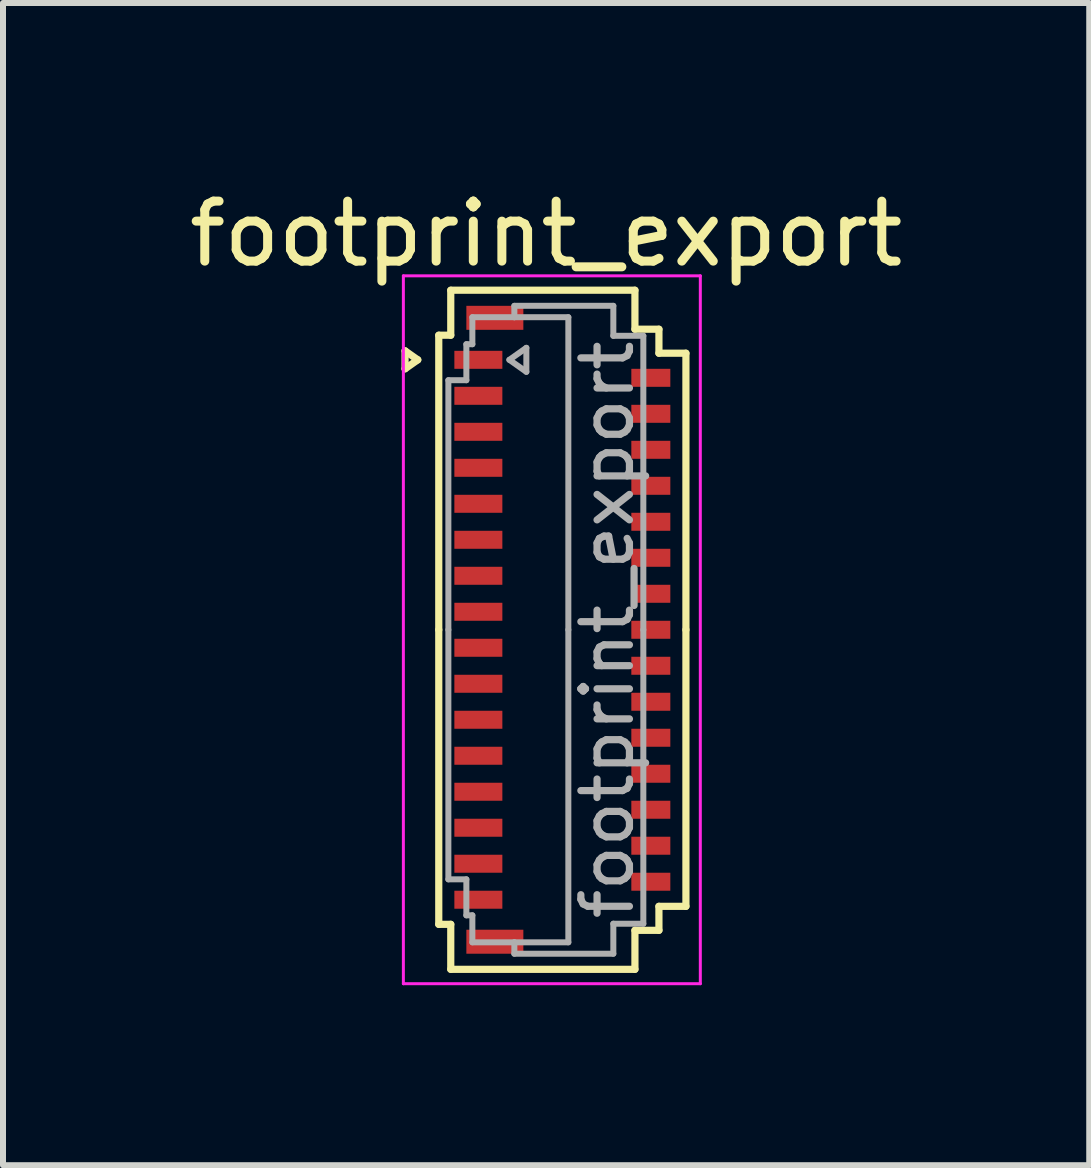
<source format=kicad_pcb>
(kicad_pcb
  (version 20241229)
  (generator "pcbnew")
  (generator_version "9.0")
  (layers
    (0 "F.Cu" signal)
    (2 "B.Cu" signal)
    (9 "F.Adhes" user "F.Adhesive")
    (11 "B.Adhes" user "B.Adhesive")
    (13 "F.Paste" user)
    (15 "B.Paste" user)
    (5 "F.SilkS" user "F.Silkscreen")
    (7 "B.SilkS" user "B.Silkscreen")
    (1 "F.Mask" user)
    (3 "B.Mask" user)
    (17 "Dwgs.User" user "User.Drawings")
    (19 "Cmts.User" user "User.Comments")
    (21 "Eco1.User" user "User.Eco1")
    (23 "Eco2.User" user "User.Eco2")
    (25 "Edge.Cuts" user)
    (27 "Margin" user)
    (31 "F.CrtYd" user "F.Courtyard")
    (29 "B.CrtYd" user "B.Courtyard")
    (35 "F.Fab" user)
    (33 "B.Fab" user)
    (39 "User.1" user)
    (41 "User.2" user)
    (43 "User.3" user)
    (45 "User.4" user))
  (footprint "footprint_export"
    (layer "F.Cu")
    (at 6.324 7.448)
    (property "Reference" "footprint_export" (at -0.27 -6.6 0) (layer "F.SilkS") (effects (font (size 1 1) (thickness 0.15))))
    (attr smd)
    (fp_line (start -2.622 -4.65) (end -2.41 -4.5) (stroke (width 0.12) (type solid)) (layer "F.SilkS"))
    (fp_line (start -2.622 -4.35) (end -2.622 -4.65) (stroke (width 0.12) (type solid)) (layer "F.SilkS"))
    (fp_line (start -2.41 -4.5) (end -2.622 -4.35) (stroke (width 0.12) (type solid)) (layer "F.SilkS"))
    (fp_line (start -2.06 -4.91) (end -2.06 0) (stroke (width 0.12) (type solid)) (layer "F.SilkS"))
    (fp_line (start -2.06 4.91) (end -2.06 0) (stroke (width 0.12) (type solid)) (layer "F.SilkS"))
    (fp_line (start -1.86 -5.66) (end -1.86 -4.91) (stroke (width 0.12) (type solid)) (layer "F.SilkS"))
    (fp_line (start -1.86 -4.91) (end -2.06 -4.91) (stroke (width 0.12) (type solid)) (layer "F.SilkS"))
    (fp_line (start -1.86 4.91) (end -2.06 4.91) (stroke (width 0.12) (type solid)) (layer "F.SilkS"))
    (fp_line (start -1.86 5.66) (end -1.86 4.91) (stroke (width 0.12) (type solid)) (layer "F.SilkS"))
    (fp_line (start 1.21 -5.66) (end -1.86 -5.66) (stroke (width 0.12) (type solid)) (layer "F.SilkS"))
    (fp_line (start 1.21 -5.01) (end 1.21 -5.66) (stroke (width 0.12) (type solid)) (layer "F.SilkS"))
    (fp_line (start 1.21 5.01) (end 1.21 5.66) (stroke (width 0.12) (type solid)) (layer "F.SilkS"))
    (fp_line (start 1.21 5.66) (end -1.86 5.66) (stroke (width 0.12) (type solid)) (layer "F.SilkS"))
    (fp_line (start 1.61 -5.01) (end 1.21 -5.01) (stroke (width 0.12) (type solid)) (layer "F.SilkS"))
    (fp_line (start 1.61 -4.61) (end 1.61 -5.01) (stroke (width 0.12) (type solid)) (layer "F.SilkS"))
    (fp_line (start 1.61 4.61) (end 1.61 5.01) (stroke (width 0.12) (type solid)) (layer "F.SilkS"))
    (fp_line (start 1.61 5.01) (end 1.21 5.01) (stroke (width 0.12) (type solid)) (layer "F.SilkS"))
    (fp_line (start 2.06 -4.61) (end 1.61 -4.61) (stroke (width 0.12) (type solid)) (layer "F.SilkS"))
    (fp_line (start 2.06 0) (end 2.06 -4.61) (stroke (width 0.12) (type solid)) (layer "F.SilkS"))
    (fp_line (start 2.06 0) (end 2.06 4.61) (stroke (width 0.12) (type solid)) (layer "F.SilkS"))
    (fp_line (start 2.06 4.61) (end 1.61 4.61) (stroke (width 0.12) (type solid)) (layer "F.SilkS"))
    (fp_line (start -2.65 -5.9) (end -2.65 5.9) (stroke (width 0.05) (type solid)) (layer "F.CrtYd"))
    (fp_line (start -2.65 5.9) (end 2.3 5.9) (stroke (width 0.05) (type solid)) (layer "F.CrtYd"))
    (fp_line (start 2.3 -5.9) (end -2.65 -5.9) (stroke (width 0.05) (type solid)) (layer "F.CrtYd"))
    (fp_line (start 2.3 5.9) (end 2.3 -5.9) (stroke (width 0.05) (type solid)) (layer "F.CrtYd"))
    (fp_line (start -1.9 -4.16) (end -1.6 -4.16) (stroke (width 0.1) (type solid)) (layer "F.Fab"))
    (fp_line (start -1.9 0) (end -1.9 -4.16) (stroke (width 0.1) (type solid)) (layer "F.Fab"))
    (fp_line (start -1.9 0) (end -1.9 4.16) (stroke (width 0.1) (type solid)) (layer "F.Fab"))
    (fp_line (start -1.9 4.16) (end -1.6 4.16) (stroke (width 0.1) (type solid)) (layer "F.Fab"))
    (fp_line (start -1.6 -4.76) (end -1.5 -4.76) (stroke (width 0.1) (type solid)) (layer "F.Fab"))
    (fp_line (start -1.6 -4.16) (end -1.6 -4.76) (stroke (width 0.1) (type solid)) (layer "F.Fab"))
    (fp_line (start -1.6 4.16) (end -1.6 4.76) (stroke (width 0.1) (type solid)) (layer "F.Fab"))
    (fp_line (start -1.6 4.76) (end -1.5 4.76) (stroke (width 0.1) (type solid)) (layer "F.Fab"))
    (fp_line (start -1.5 -5.21) (end -0.8 -5.21) (stroke (width 0.1) (type solid)) (layer "F.Fab"))
    (fp_line (start -1.5 -4.76) (end -1.5 -5.21) (stroke (width 0.1) (type solid)) (layer "F.Fab"))
    (fp_line (start -1.5 4.76) (end -1.5 5.21) (stroke (width 0.1) (type solid)) (layer "F.Fab"))
    (fp_line (start -1.5 5.21) (end -0.8 5.21) (stroke (width 0.1) (type solid)) (layer "F.Fab"))
    (fp_line (start -0.883 -4.5) (end -0.6 -4.3) (stroke (width 0.1) (type solid)) (layer "F.Fab"))
    (fp_line (start -0.8 -5.4) (end 0.85 -5.4) (stroke (width 0.1) (type solid)) (layer "F.Fab"))
    (fp_line (start -0.8 -5.21) (end -0.8 -5.4) (stroke (width 0.1) (type solid)) (layer "F.Fab"))
    (fp_line (start -0.8 5.21) (end -0.8 5.4) (stroke (width 0.1) (type solid)) (layer "F.Fab"))
    (fp_line (start -0.8 5.4) (end 0.85 5.4) (stroke (width 0.1) (type solid)) (layer "F.Fab"))
    (fp_line (start -0.6 -4.7) (end -0.883 -4.5) (stroke (width 0.1) (type solid)) (layer "F.Fab"))
    (fp_line (start -0.6 -4.3) (end -0.6 -4.7) (stroke (width 0.1) (type solid)) (layer "F.Fab"))
    (fp_line (start 0.1 -5.21) (end -0.8 -5.21) (stroke (width 0.1) (type solid)) (layer "F.Fab"))
    (fp_line (start 0.1 0) (end 0.1 -5.21) (stroke (width 0.1) (type solid)) (layer "F.Fab"))
    (fp_line (start 0.1 0) (end 0.1 5.21) (stroke (width 0.1) (type solid)) (layer "F.Fab"))
    (fp_line (start 0.1 5.21) (end -0.8 5.21) (stroke (width 0.1) (type solid)) (layer "F.Fab"))
    (fp_line (start 0.85 -5.4) (end 0.85 -4.9) (stroke (width 0.1) (type solid)) (layer "F.Fab"))
    (fp_line (start 0.85 -4.9) (end 1.35 -4.9) (stroke (width 0.1) (type solid)) (layer "F.Fab"))
    (fp_line (start 0.85 4.9) (end 1.35 4.9) (stroke (width 0.1) (type solid)) (layer "F.Fab"))
    (fp_line (start 0.85 5.4) (end 0.85 4.9) (stroke (width 0.1) (type solid)) (layer "F.Fab"))
    (fp_line (start 1.35 -4.9) (end 1.35 0) (stroke (width 0.1) (type solid)) (layer "F.Fab"))
    (fp_line (start 1.35 4.9) (end 1.35 0) (stroke (width 0.1) (type solid)) (layer "F.Fab"))
    (fp_text user "${REFERENCE}" (at 0.75 0 90) (layer "F.Fab") (effects (font (size 0.81 0.81) (thickness 0.12))))
    (pad "1" smd rect (at -1.4 -4.5) (size 0.8 0.3) (layers "F.Cu" "F.Mask" "F.Paste"))
    (pad "2" smd rect (at 1.475 -4.2) (size 0.65 0.3) (layers "F.Cu" "F.Mask" "F.Paste"))
    (pad "3" smd rect (at -1.4 -3.9) (size 0.8 0.3) (layers "F.Cu" "F.Mask" "F.Paste"))
    (pad "4" smd rect (at 1.475 -3.6) (size 0.65 0.3) (layers "F.Cu" "F.Mask" "F.Paste"))
    (pad "5" smd rect (at -1.4 -3.3) (size 0.8 0.3) (layers "F.Cu" "F.Mask" "F.Paste"))
    (pad "6" smd rect (at 1.475 -3) (size 0.65 0.3) (layers "F.Cu" "F.Mask" "F.Paste"))
    (pad "7" smd rect (at -1.4 -2.7) (size 0.8 0.3) (layers "F.Cu" "F.Mask" "F.Paste"))
    (pad "8" smd rect (at 1.475 -2.4) (size 0.65 0.3) (layers "F.Cu" "F.Mask" "F.Paste"))
    (pad "9" smd rect (at -1.4 -2.1) (size 0.8 0.3) (layers "F.Cu" "F.Mask" "F.Paste"))
    (pad "10" smd rect (at 1.475 -1.8) (size 0.65 0.3) (layers "F.Cu" "F.Mask" "F.Paste"))
    (pad "11" smd rect (at -1.4 -1.5) (size 0.8 0.3) (layers "F.Cu" "F.Mask" "F.Paste"))
    (pad "12" smd rect (at 1.475 -1.2) (size 0.65 0.3) (layers "F.Cu" "F.Mask" "F.Paste"))
    (pad "13" smd rect (at -1.4 -0.9) (size 0.8 0.3) (layers "F.Cu" "F.Mask" "F.Paste"))
    (pad "14" smd rect (at 1.475 -0.6) (size 0.65 0.3) (layers "F.Cu" "F.Mask" "F.Paste"))
    (pad "15" smd rect (at -1.4 -0.3) (size 0.8 0.3) (layers "F.Cu" "F.Mask" "F.Paste"))
    (pad "16" smd rect (at 1.475 0) (size 0.65 0.3) (layers "F.Cu" "F.Mask" "F.Paste"))
    (pad "17" smd rect (at -1.4 0.3) (size 0.8 0.3) (layers "F.Cu" "F.Mask" "F.Paste"))
    (pad "18" smd rect (at 1.475 0.6) (size 0.65 0.3) (layers "F.Cu" "F.Mask" "F.Paste"))
    (pad "19" smd rect (at -1.4 0.9) (size 0.8 0.3) (layers "F.Cu" "F.Mask" "F.Paste"))
    (pad "20" smd rect (at 1.475 1.2) (size 0.65 0.3) (layers "F.Cu" "F.Mask" "F.Paste"))
    (pad "21" smd rect (at -1.4 1.5) (size 0.8 0.3) (layers "F.Cu" "F.Mask" "F.Paste"))
    (pad "22" smd rect (at 1.475 1.8) (size 0.65 0.3) (layers "F.Cu" "F.Mask" "F.Paste"))
    (pad "23" smd rect (at -1.4 2.1) (size 0.8 0.3) (layers "F.Cu" "F.Mask" "F.Paste"))
    (pad "24" smd rect (at 1.475 2.4) (size 0.65 0.3) (layers "F.Cu" "F.Mask" "F.Paste"))
    (pad "25" smd rect (at -1.4 2.7) (size 0.8 0.3) (layers "F.Cu" "F.Mask" "F.Paste"))
    (pad "26" smd rect (at 1.475 3) (size 0.65 0.3) (layers "F.Cu" "F.Mask" "F.Paste"))
    (pad "27" smd rect (at -1.4 3.3) (size 0.8 0.3) (layers "F.Cu" "F.Mask" "F.Paste"))
    (pad "28" smd rect (at 1.475 3.6) (size 0.65 0.3) (layers "F.Cu" "F.Mask" "F.Paste"))
    (pad "29" smd rect (at -1.4 3.9) (size 0.8 0.3) (layers "F.Cu" "F.Mask" "F.Paste"))
    (pad "30" smd rect (at 1.475 4.2) (size 0.65 0.3) (layers "F.Cu" "F.Mask" "F.Paste"))
    (pad "31" smd rect (at -1.4 4.5) (size 0.8 0.3) (layers "F.Cu" "F.Mask" "F.Paste"))
    (pad "MP" smd rect (at -1.125 -5.2) (size 0.95 0.4) (layers "F.Cu" "F.Mask" "F.Paste"))
    (pad "MP" smd rect (at -1.125 5.2) (size 0.95 0.4) (layers "F.Cu" "F.Mask" "F.Paste")))
  (gr_rect
    (start -3 -3)
    (end 15.107 16.373)
    (stroke (width 0.1) (type default))
    (fill no)
    (layer "Edge.Cuts")))
</source>
